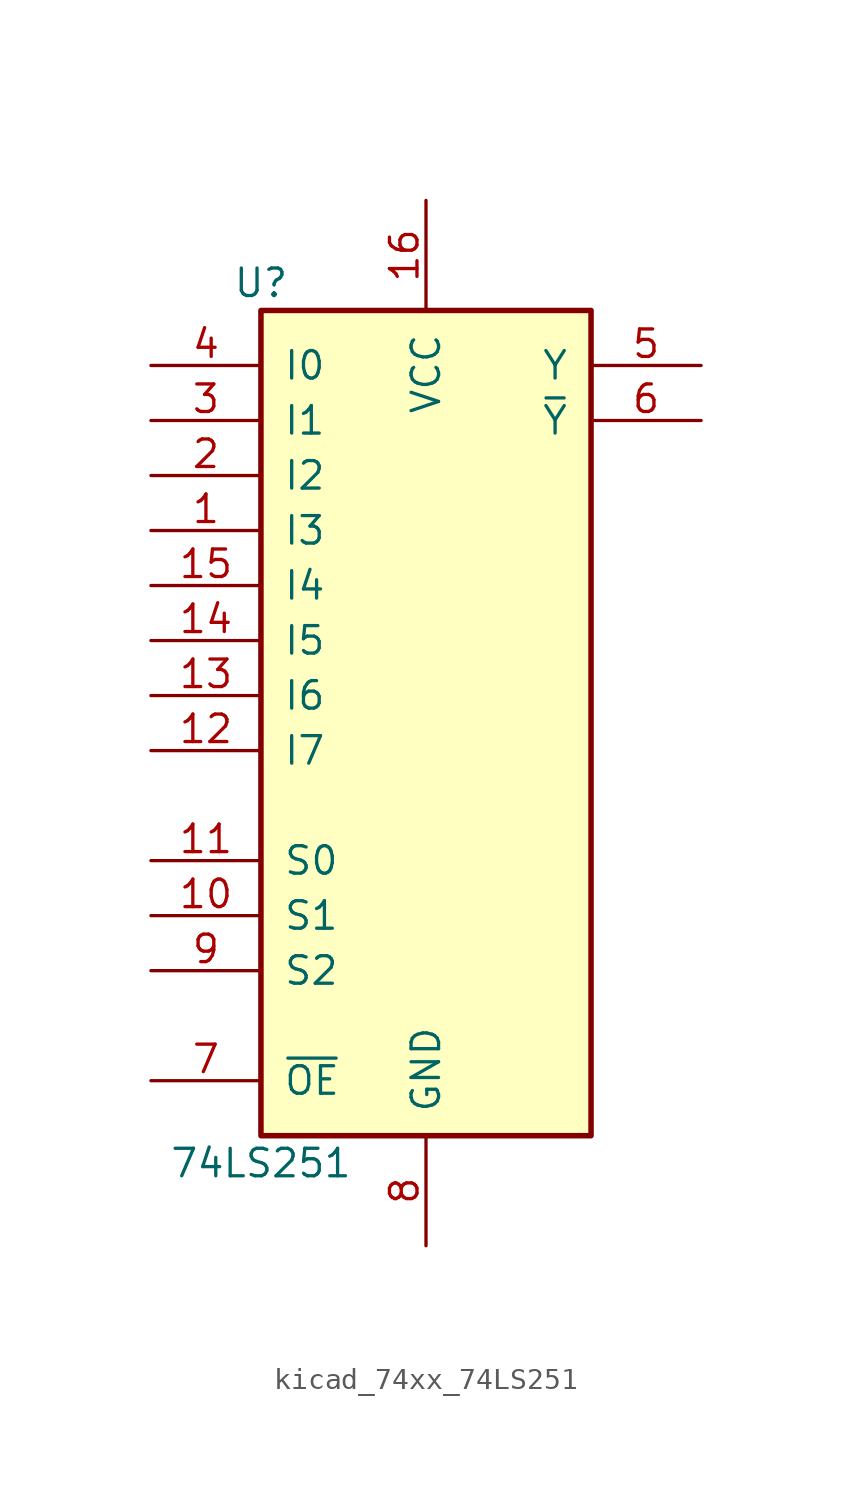
<source format=kicad_sym>
(kicad_symbol_lib
  (version 20220914)
  (generator kicad_symbol_editor)
  (symbol "kicad_74xx_74LS251"
    (pin_names
      (offset 1.016))
    (property "Reference" "U"
      (at -7.62 19.05 0)
      (effects (font (size 1.27 1.27))))
    (property "Value" "74LS251"
      (at -7.62 -21.59 0)
      (effects (font (size 1.27 1.27))))
    (property "ki_locked" ""
      (at 0 0 0)
      (effects (font (size 1.27 1.27))))
    (symbol "kicad_74xx_74LS251_1_0"
      (pin input line (at -12.7 7.62 0) (length 5.08) (name "I3" (effects (font (size 1.27 1.27)))) (number "1" (effects (font (size 1.27 1.27)))))
      (pin input line (at -12.7 -10.16 0) (length 5.08) (name "S1" (effects (font (size 1.27 1.27)))) (number "10" (effects (font (size 1.27 1.27)))))
      (pin input line (at -12.7 -7.62 0) (length 5.08) (name "S0" (effects (font (size 1.27 1.27)))) (number "11" (effects (font (size 1.27 1.27)))))
      (pin input line (at -12.7 -2.54 0) (length 5.08) (name "I7" (effects (font (size 1.27 1.27)))) (number "12" (effects (font (size 1.27 1.27)))))
      (pin input line (at -12.7 0 0) (length 5.08) (name "I6" (effects (font (size 1.27 1.27)))) (number "13" (effects (font (size 1.27 1.27)))))
      (pin input line (at -12.7 2.54 0) (length 5.08) (name "I5" (effects (font (size 1.27 1.27)))) (number "14" (effects (font (size 1.27 1.27)))))
      (pin input line (at -12.7 5.08 0) (length 5.08) (name "I4" (effects (font (size 1.27 1.27)))) (number "15" (effects (font (size 1.27 1.27)))))
      (pin power_in line (at 0 22.86 270) (length 5.08) (name "VCC" (effects (font (size 1.27 1.27)))) (number "16" (effects (font (size 1.27 1.27)))))
      (pin input line (at -12.7 10.16 0) (length 5.08) (name "I2" (effects (font (size 1.27 1.27)))) (number "2" (effects (font (size 1.27 1.27)))))
      (pin input line (at -12.7 12.7 0) (length 5.08) (name "I1" (effects (font (size 1.27 1.27)))) (number "3" (effects (font (size 1.27 1.27)))))
      (pin input line (at -12.7 15.24 0) (length 5.08) (name "I0" (effects (font (size 1.27 1.27)))) (number "4" (effects (font (size 1.27 1.27)))))
      (pin tri_state line (at 12.7 15.24 180) (length 5.08) (name "Y" (effects (font (size 1.27 1.27)))) (number "5" (effects (font (size 1.27 1.27)))))
      (pin tri_state line (at 12.7 12.7 180) (length 5.08) (name "~{Y}" (effects (font (size 1.27 1.27)))) (number "6" (effects (font (size 1.27 1.27)))))
      (pin input line (at -12.7 -17.78 0) (length 5.08) (name "~{OE}" (effects (font (size 1.27 1.27)))) (number "7" (effects (font (size 1.27 1.27)))))
      (pin power_in line (at 0 -25.4 90) (length 5.08) (name "GND" (effects (font (size 1.27 1.27)))) (number "8" (effects (font (size 1.27 1.27)))))
      (pin input line (at -12.7 -12.7 0) (length 5.08) (name "S2" (effects (font (size 1.27 1.27)))) (number "9" (effects (font (size 1.27 1.27))))))
    (symbol "kicad_74xx_74LS251_1_1"
      (rectangle (start -7.62 17.78) (end 7.62 -20.32) (stroke (width 0.254) (type default)) (fill (type background))))))
</source>
